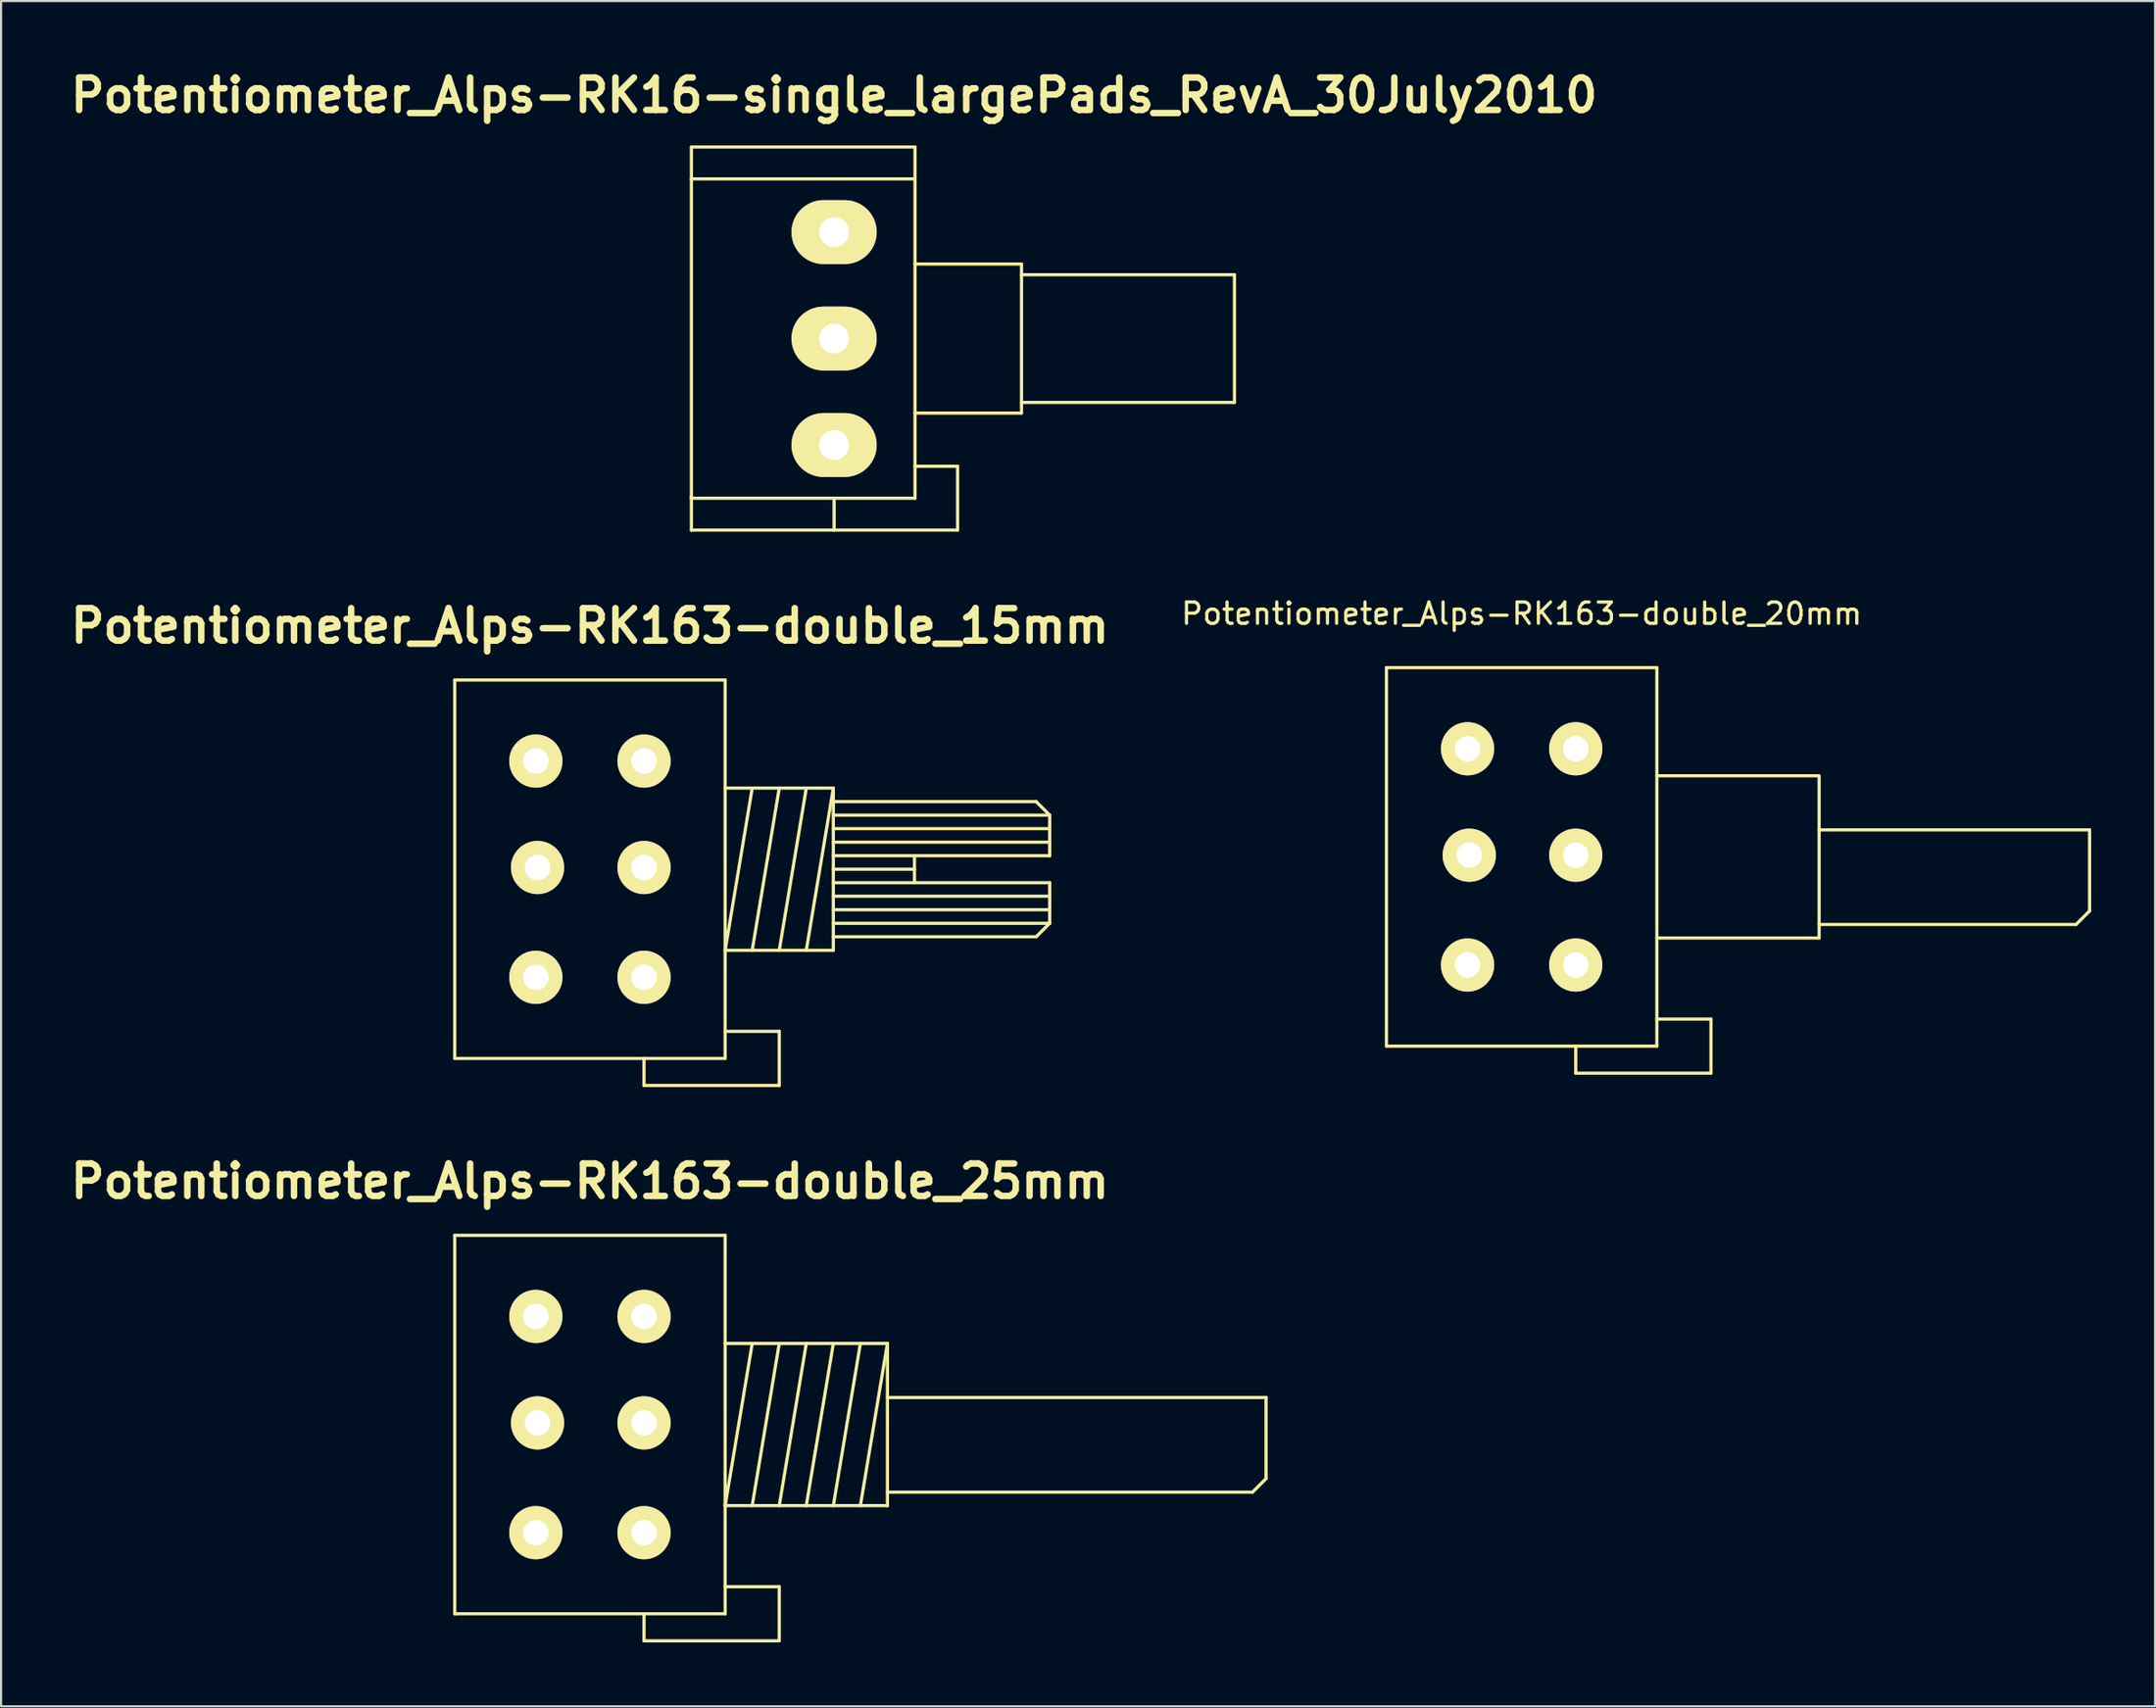
<source format=kicad_pcb>
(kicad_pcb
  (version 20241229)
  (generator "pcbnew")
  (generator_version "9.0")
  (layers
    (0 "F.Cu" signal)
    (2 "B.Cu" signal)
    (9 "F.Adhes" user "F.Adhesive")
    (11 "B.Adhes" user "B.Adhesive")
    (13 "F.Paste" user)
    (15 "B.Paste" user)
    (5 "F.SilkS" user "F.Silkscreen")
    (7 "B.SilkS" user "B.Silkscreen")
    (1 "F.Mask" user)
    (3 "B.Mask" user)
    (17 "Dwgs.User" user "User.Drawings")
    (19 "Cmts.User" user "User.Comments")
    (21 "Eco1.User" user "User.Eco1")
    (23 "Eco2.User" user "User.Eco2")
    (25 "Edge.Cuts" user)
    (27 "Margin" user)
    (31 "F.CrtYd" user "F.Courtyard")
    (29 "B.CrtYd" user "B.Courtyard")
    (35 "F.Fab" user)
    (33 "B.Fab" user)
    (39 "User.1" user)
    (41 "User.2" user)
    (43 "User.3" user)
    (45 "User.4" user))
  (footprint "Potentiometer_Alps-RK163-double_15mm"
    (layer "F.Cu")
    (at 27.193 42.867)
    (property "Reference" "Potentiometer_Alps-RK163-double_15mm" (at -2.54 -16.51 0) (layer "F.SilkS") (effects (font (size 1.524 1.524) (thickness 0.305))))
    (attr through_hole)
    (fp_line (start -8.89 3.81) (end -8.89 -13.97) (stroke (width 0.15) (type solid)) (layer "F.SilkS"))
    (fp_line (start 0 5.08) (end 0 3.81) (stroke (width 0.15) (type solid)) (layer "F.SilkS"))
    (fp_line (start 3.81 -13.97) (end -8.89 -13.97) (stroke (width 0.15) (type solid)) (layer "F.SilkS"))
    (fp_line (start 3.81 -13.97) (end 3.81 3.81) (stroke (width 0.15) (type solid)) (layer "F.SilkS"))
    (fp_line (start 3.81 -1.27) (end 5.08 -8.89) (stroke (width 0.15) (type solid)) (layer "F.SilkS"))
    (fp_line (start 3.81 -1.27) (end 8.89 -1.27) (stroke (width 0.15) (type solid)) (layer "F.SilkS"))
    (fp_line (start 3.81 2.54) (end 6.35 2.54) (stroke (width 0.15) (type solid)) (layer "F.SilkS"))
    (fp_line (start 3.81 3.81) (end -8.89 3.81) (stroke (width 0.15) (type solid)) (layer "F.SilkS"))
    (fp_line (start 5.08 -1.27) (end 6.35 -8.89) (stroke (width 0.15) (type solid)) (layer "F.SilkS"))
    (fp_line (start 6.35 -1.27) (end 7.62 -8.89) (stroke (width 0.15) (type solid)) (layer "F.SilkS"))
    (fp_line (start 6.35 2.54) (end 6.35 5.08) (stroke (width 0.15) (type solid)) (layer "F.SilkS"))
    (fp_line (start 6.35 5.08) (end 0 5.08) (stroke (width 0.15) (type solid)) (layer "F.SilkS"))
    (fp_line (start 7.62 -1.27) (end 8.89 -8.89) (stroke (width 0.15) (type solid)) (layer "F.SilkS"))
    (fp_line (start 8.89 -8.89) (end 3.81 -8.89) (stroke (width 0.15) (type solid)) (layer "F.SilkS"))
    (fp_line (start 8.89 -8.255) (end 18.415 -8.255) (stroke (width 0.15) (type solid)) (layer "F.SilkS"))
    (fp_line (start 8.89 -6.985) (end 19.05 -6.985) (stroke (width 0.15) (type solid)) (layer "F.SilkS"))
    (fp_line (start 8.89 -5.715) (end 19.05 -5.715) (stroke (width 0.15) (type solid)) (layer "F.SilkS"))
    (fp_line (start 8.89 -5.08) (end 12.7 -5.08) (stroke (width 0.15) (type solid)) (layer "F.SilkS"))
    (fp_line (start 8.89 -4.445) (end 19.05 -4.445) (stroke (width 0.15) (type solid)) (layer "F.SilkS"))
    (fp_line (start 8.89 -3.175) (end 19.05 -3.175) (stroke (width 0.15) (type solid)) (layer "F.SilkS"))
    (fp_line (start 8.89 -2.54) (end 19.05 -2.54) (stroke (width 0.15) (type solid)) (layer "F.SilkS"))
    (fp_line (start 8.89 -1.27) (end 8.89 -8.89) (stroke (width 0.15) (type solid)) (layer "F.SilkS"))
    (fp_line (start 12.7 -4.445) (end 12.7 -5.715) (stroke (width 0.15) (type solid)) (layer "F.SilkS"))
    (fp_line (start 18.415 -8.255) (end 19.05 -7.62) (stroke (width 0.15) (type solid)) (layer "F.SilkS"))
    (fp_line (start 18.415 -1.905) (end 8.89 -1.905) (stroke (width 0.15) (type solid)) (layer "F.SilkS"))
    (fp_line (start 19.05 -7.62) (end 8.89 -7.62) (stroke (width 0.15) (type solid)) (layer "F.SilkS"))
    (fp_line (start 19.05 -6.35) (end 8.89 -6.35) (stroke (width 0.15) (type solid)) (layer "F.SilkS"))
    (fp_line (start 19.05 -5.715) (end 19.05 -7.62) (stroke (width 0.15) (type solid)) (layer "F.SilkS"))
    (fp_line (start 19.05 -4.445) (end 19.05 -2.54) (stroke (width 0.15) (type solid)) (layer "F.SilkS"))
    (fp_line (start 19.05 -3.81) (end 8.89 -3.81) (stroke (width 0.15) (type solid)) (layer "F.SilkS"))
    (fp_line (start 19.05 -2.54) (end 18.415 -1.905) (stroke (width 0.15) (type solid)) (layer "F.SilkS"))
    (pad "11" thru_hole circle (at 0 0) (size 2.499 2.499) (drill 1.199) (layers "*.Cu" "*.Mask" "F.SilkS"))
    (pad "12" thru_hole circle (at 0 -5.159) (size 2.499 2.499) (drill 1.199) (layers "*.Cu" "*.Mask" "F.SilkS"))
    (pad "13" thru_hole circle (at 0 -10.16) (size 2.499 2.499) (drill 1.199) (layers "*.Cu" "*.Mask" "F.SilkS"))
    (pad "21" thru_hole circle (at -5.08 0) (size 2.499 2.499) (drill 1.199) (layers "*.Cu" "*.Mask" "F.SilkS"))
    (pad "22" thru_hole circle (at -5.001 -5.159) (size 2.499 2.499) (drill 1.199) (layers "*.Cu" "*.Mask" "F.SilkS"))
    (pad "23" thru_hole circle (at -5.08 -10.16) (size 2.499 2.499) (drill 1.199) (layers "*.Cu" "*.Mask" "F.SilkS")))
  (footprint "Potentiometer_Alps-RK163-double_20mm"
    (layer "F.Cu")
    (at 70.946 42.289)
    (property "Reference" "Potentiometer_Alps-RK163-double_20mm" (at -2.54 -16.51 0) (layer "F.SilkS") (effects (font (size 1 1) (thickness 0.15))))
    (attr through_hole)
    (fp_line (start -8.89 3.81) (end -8.89 -13.97) (stroke (width 0.15) (type solid)) (layer "F.SilkS"))
    (fp_line (start 0 5.08) (end 0 3.81) (stroke (width 0.15) (type solid)) (layer "F.SilkS"))
    (fp_line (start 3.81 -13.97) (end -8.89 -13.97) (stroke (width 0.15) (type solid)) (layer "F.SilkS"))
    (fp_line (start 3.81 -13.97) (end 3.81 3.81) (stroke (width 0.15) (type solid)) (layer "F.SilkS"))
    (fp_line (start 3.81 2.54) (end 6.35 2.54) (stroke (width 0.15) (type solid)) (layer "F.SilkS"))
    (fp_line (start 3.81 3.81) (end -8.89 3.81) (stroke (width 0.15) (type solid)) (layer "F.SilkS"))
    (fp_line (start 6.35 2.54) (end 6.35 5.08) (stroke (width 0.15) (type solid)) (layer "F.SilkS"))
    (fp_line (start 6.35 5.08) (end 0 5.08) (stroke (width 0.15) (type solid)) (layer "F.SilkS"))
    (fp_line (start 11.43 -8.89) (end 3.81 -8.89) (stroke (width 0.15) (type solid)) (layer "F.SilkS"))
    (fp_line (start 11.43 -8.89) (end 11.43 -1.27) (stroke (width 0.15) (type solid)) (layer "F.SilkS"))
    (fp_line (start 11.43 -1.27) (end 3.81 -1.27) (stroke (width 0.15) (type solid)) (layer "F.SilkS"))
    (fp_line (start 23.495 -1.905) (end 11.43 -1.905) (stroke (width 0.15) (type solid)) (layer "F.SilkS"))
    (fp_line (start 24.13 -6.35) (end 11.43 -6.35) (stroke (width 0.15) (type solid)) (layer "F.SilkS"))
    (fp_line (start 24.13 -6.35) (end 24.13 -2.54) (stroke (width 0.15) (type solid)) (layer "F.SilkS"))
    (fp_line (start 24.13 -2.54) (end 23.495 -1.905) (stroke (width 0.15) (type solid)) (layer "F.SilkS"))
    (pad "11" thru_hole circle (at 0 0) (size 2.499 2.499) (drill 1.199) (layers "*.Cu" "*.Mask" "F.SilkS"))
    (pad "12" thru_hole circle (at 0 -5.159) (size 2.499 2.499) (drill 1.199) (layers "*.Cu" "*.Mask" "F.SilkS"))
    (pad "13" thru_hole circle (at 0 -10.16) (size 2.499 2.499) (drill 1.199) (layers "*.Cu" "*.Mask" "F.SilkS"))
    (pad "21" thru_hole circle (at -5.08 0) (size 2.499 2.499) (drill 1.199) (layers "*.Cu" "*.Mask" "F.SilkS"))
    (pad "22" thru_hole circle (at -5.001 -5.159) (size 2.499 2.499) (drill 1.199) (layers "*.Cu" "*.Mask" "F.SilkS"))
    (pad "23" thru_hole circle (at -5.08 -10.16) (size 2.499 2.499) (drill 1.199) (layers "*.Cu" "*.Mask" "F.SilkS")))
  (footprint "Potentiometer_Alps-RK163-double_25mm"
    (layer "F.Cu")
    (at 27.193 68.959)
    (property "Reference" "Potentiometer_Alps-RK163-double_25mm" (at -2.54 -16.51 0) (layer "F.SilkS") (effects (font (size 1.524 1.524) (thickness 0.305))))
    (attr through_hole)
    (fp_line (start -8.89 3.81) (end -8.89 -13.97) (stroke (width 0.15) (type solid)) (layer "F.SilkS"))
    (fp_line (start 0 5.08) (end 0 3.81) (stroke (width 0.15) (type solid)) (layer "F.SilkS"))
    (fp_line (start 3.81 -13.97) (end -8.89 -13.97) (stroke (width 0.15) (type solid)) (layer "F.SilkS"))
    (fp_line (start 3.81 -13.97) (end 3.81 3.81) (stroke (width 0.15) (type solid)) (layer "F.SilkS"))
    (fp_line (start 3.81 -1.27) (end 5.08 -8.89) (stroke (width 0.15) (type solid)) (layer "F.SilkS"))
    (fp_line (start 3.81 2.54) (end 6.35 2.54) (stroke (width 0.15) (type solid)) (layer "F.SilkS"))
    (fp_line (start 3.81 3.81) (end -8.89 3.81) (stroke (width 0.15) (type solid)) (layer "F.SilkS"))
    (fp_line (start 5.08 -1.27) (end 6.35 -8.89) (stroke (width 0.15) (type solid)) (layer "F.SilkS"))
    (fp_line (start 6.35 -1.27) (end 7.62 -8.89) (stroke (width 0.15) (type solid)) (layer "F.SilkS"))
    (fp_line (start 6.35 2.54) (end 6.35 5.08) (stroke (width 0.15) (type solid)) (layer "F.SilkS"))
    (fp_line (start 6.35 5.08) (end 0 5.08) (stroke (width 0.15) (type solid)) (layer "F.SilkS"))
    (fp_line (start 7.62 -1.27) (end 8.89 -8.89) (stroke (width 0.15) (type solid)) (layer "F.SilkS"))
    (fp_line (start 8.89 -1.27) (end 10.16 -8.89) (stroke (width 0.15) (type solid)) (layer "F.SilkS"))
    (fp_line (start 10.16 -1.27) (end 11.43 -8.89) (stroke (width 0.15) (type solid)) (layer "F.SilkS"))
    (fp_line (start 11.43 -8.89) (end 3.81 -8.89) (stroke (width 0.15) (type solid)) (layer "F.SilkS"))
    (fp_line (start 11.43 -8.89) (end 11.43 -1.27) (stroke (width 0.15) (type solid)) (layer "F.SilkS"))
    (fp_line (start 11.43 -1.27) (end 3.81 -1.27) (stroke (width 0.15) (type solid)) (layer "F.SilkS"))
    (fp_line (start 28.575 -1.905) (end 11.43 -1.905) (stroke (width 0.15) (type solid)) (layer "F.SilkS"))
    (fp_line (start 29.21 -6.35) (end 11.43 -6.35) (stroke (width 0.15) (type solid)) (layer "F.SilkS"))
    (fp_line (start 29.21 -6.35) (end 29.21 -2.54) (stroke (width 0.15) (type solid)) (layer "F.SilkS"))
    (fp_line (start 29.21 -2.54) (end 28.575 -1.905) (stroke (width 0.15) (type solid)) (layer "F.SilkS"))
    (pad "11" thru_hole circle (at 0 0) (size 2.499 2.499) (drill 1.199) (layers "*.Cu" "*.Mask" "F.SilkS"))
    (pad "12" thru_hole circle (at 0 -5.159) (size 2.499 2.499) (drill 1.199) (layers "*.Cu" "*.Mask" "F.SilkS"))
    (pad "13" thru_hole circle (at 0 -10.16) (size 2.499 2.499) (drill 1.199) (layers "*.Cu" "*.Mask" "F.SilkS"))
    (pad "21" thru_hole circle (at -5.08 0) (size 2.499 2.499) (drill 1.199) (layers "*.Cu" "*.Mask" "F.SilkS"))
    (pad "22" thru_hole circle (at -5.001 -5.159) (size 2.499 2.499) (drill 1.199) (layers "*.Cu" "*.Mask" "F.SilkS"))
    (pad "23" thru_hole circle (at -5.08 -10.16) (size 2.499 2.499) (drill 1.199) (layers "*.Cu" "*.Mask" "F.SilkS")))
  (footprint "Potentiometer_Alps-RK16-single_largePads_RevA_30July2010"
    (layer "F.Cu")
    (at 36.119 7.855)
    (property "Reference" "Potentiometer_Alps-RK16-single_largePads_RevA_30July2010" (at 0 -6.429 0) (layer "F.SilkS") (effects (font (size 1.524 1.524) (thickness 0.305))))
    (attr through_hole)
    (fp_line (start -6.701 -3.998) (end -6.701 -2.499) (stroke (width 0.15) (type solid)) (layer "F.SilkS"))
    (fp_line (start -6.701 -2.499) (end -6.701 12.502) (stroke (width 0.15) (type solid)) (layer "F.SilkS"))
    (fp_line (start -6.701 12.502) (end 3.8 12.502) (stroke (width 0.15) (type solid)) (layer "F.SilkS"))
    (fp_line (start -6.701 14) (end -6.701 12.4) (stroke (width 0.15) (type solid)) (layer "F.SilkS"))
    (fp_line (start 0 14) (end -6.701 14) (stroke (width 0.15) (type solid)) (layer "F.SilkS"))
    (fp_line (start 0 14) (end 0 12.502) (stroke (width 0.15) (type solid)) (layer "F.SilkS"))
    (fp_line (start 3.8 -3.998) (end -6.701 -3.998) (stroke (width 0.15) (type solid)) (layer "F.SilkS"))
    (fp_line (start 3.8 -2.499) (end -6.701 -2.499) (stroke (width 0.15) (type solid)) (layer "F.SilkS"))
    (fp_line (start 3.8 -2.499) (end 3.8 -3.998) (stroke (width 0.15) (type solid)) (layer "F.SilkS"))
    (fp_line (start 3.8 1.501) (end 8.801 1.501) (stroke (width 0.15) (type solid)) (layer "F.SilkS"))
    (fp_line (start 3.8 11.001) (end 5.799 11.001) (stroke (width 0.15) (type solid)) (layer "F.SilkS"))
    (fp_line (start 3.8 12.502) (end 3.8 -2.499) (stroke (width 0.15) (type solid)) (layer "F.SilkS"))
    (fp_line (start 5.799 11.001) (end 5.799 14) (stroke (width 0.15) (type solid)) (layer "F.SilkS"))
    (fp_line (start 5.799 14) (end 0 14) (stroke (width 0.15) (type solid)) (layer "F.SilkS"))
    (fp_line (start 8.801 1.501) (end 8.801 8.501) (stroke (width 0.15) (type solid)) (layer "F.SilkS"))
    (fp_line (start 8.801 2.002) (end 18.801 2.002) (stroke (width 0.15) (type solid)) (layer "F.SilkS"))
    (fp_line (start 8.801 8.501) (end 3.8 8.501) (stroke (width 0.15) (type solid)) (layer "F.SilkS"))
    (fp_line (start 18.801 2.002) (end 18.801 8.001) (stroke (width 0.15) (type solid)) (layer "F.SilkS"))
    (fp_line (start 18.801 8.001) (end 8.801 8.001) (stroke (width 0.15) (type solid)) (layer "F.SilkS"))
    (pad "1" thru_hole oval (at 0 0) (size 4 3) (drill 1.4) (layers "*.Cu" "*.Mask" "F.SilkS"))
    (pad "2" thru_hole oval (at 0 5.001) (size 4 3) (drill 1.4) (layers "*.Cu" "*.Mask" "F.SilkS"))
    (pad "3" thru_hole oval (at 0 10.003) (size 4 3) (drill 1.4) (layers "*.Cu" "*.Mask" "F.SilkS")))
  (gr_rect
    (start -3 -3)
    (end 98.151 77.114)
    (stroke (width 0.1) (type default))
    (fill no)
    (layer "Edge.Cuts")))
</source>
